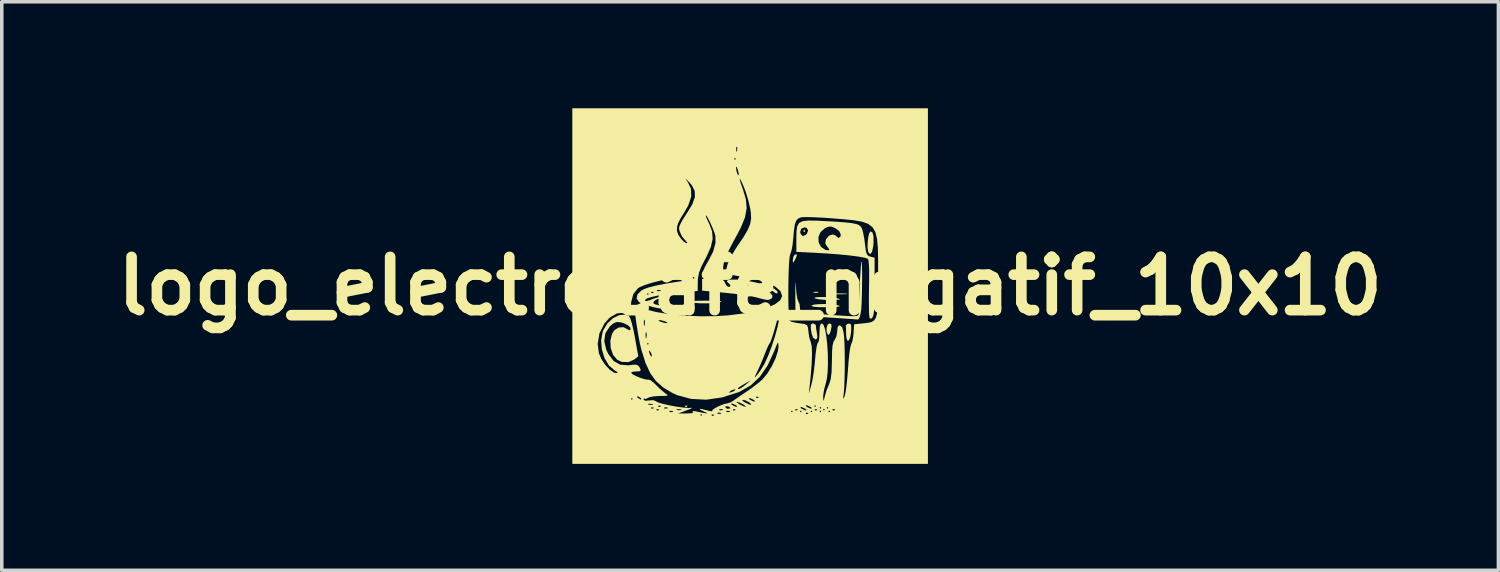
<source format=kicad_pcb>
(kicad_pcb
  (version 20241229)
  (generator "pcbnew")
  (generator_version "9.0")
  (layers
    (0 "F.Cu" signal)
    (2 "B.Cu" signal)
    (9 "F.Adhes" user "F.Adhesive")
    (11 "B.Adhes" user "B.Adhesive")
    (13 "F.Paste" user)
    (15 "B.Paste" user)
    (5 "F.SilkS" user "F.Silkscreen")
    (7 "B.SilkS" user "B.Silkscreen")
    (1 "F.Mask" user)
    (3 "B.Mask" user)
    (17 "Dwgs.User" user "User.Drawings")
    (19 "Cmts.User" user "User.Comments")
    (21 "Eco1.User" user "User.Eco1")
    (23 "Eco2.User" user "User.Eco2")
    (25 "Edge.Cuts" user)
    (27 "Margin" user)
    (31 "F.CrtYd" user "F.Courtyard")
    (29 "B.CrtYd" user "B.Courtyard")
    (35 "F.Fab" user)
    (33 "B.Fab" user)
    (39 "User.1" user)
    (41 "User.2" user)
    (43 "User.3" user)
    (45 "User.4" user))
  (footprint "logo_electrocafe_negatif_10x10"
    (layer "F.Cu")
    (at 18.086 5.01)
    (property "Reference" "logo_electrocafe_negatif_10x10" (at 0 0 0) (layer "F.SilkS") (effects (font (size 1.5 1.5) (thickness 0.3))))
    (attr board_only exclude_from_pos_files exclude_from_bom)
    (fp_poly (pts (xy -1.77 3.373) (xy -1.777 3.403) (xy -1.804 3.407) (xy -1.845 3.388) (xy -1.837 3.373) (xy -1.777 3.367)) (stroke (width 0) (type solid)) (fill yes) (layer "F.SilkS"))
    (fp_poly (pts (xy 1.536 -1.586) (xy 1.542 -1.527) (xy 1.536 -1.52) (xy 1.507 -1.527) (xy 1.503 -1.553) (xy 1.521 -1.594)) (stroke (width 0) (type solid)) (fill yes) (layer "F.SilkS"))
    (fp_poly (pts (xy 1.916 0.167) (xy 1.923 0.185) (xy 1.854 0.192) (xy 1.783 0.185) (xy 1.791 0.167) (xy 1.894 0.161)) (stroke (width 0) (type solid)) (fill yes) (layer "F.SilkS"))
    (fp_poly (pts (xy 1.311 -0.841) (xy 1.27 -0.751) (xy 1.223 -0.668) (xy 1.206 -0.671) (xy 1.203 -0.736) (xy 1.224 -0.838) (xy 1.256 -0.879) (xy 1.315 -0.897)) (stroke (width 0) (type solid)) (fill yes) (layer "F.SilkS"))
    (fp_poly (pts (xy 2.285 1.072) (xy 2.295 1.145) (xy 2.263 1.29) (xy 2.262 1.294) (xy 2.225 1.369) (xy 2.192 1.373) (xy 2.156 1.291) (xy 2.155 1.181) (xy 2.183 1.087) (xy 2.229 1.052)) (stroke (width 0) (type solid)) (fill yes) (layer "F.SilkS"))
    (fp_poly (pts (xy 2.648 0.211) (xy 2.693 0.214) (xy 2.748 0.221) (xy 2.713 0.228) (xy 2.596 0.231) (xy 2.455 0.232) (xy 2.281 0.231) (xy 2.181 0.226) (xy 2.166 0.22) (xy 2.217 0.214) (xy 2.427 0.206)) (stroke (width 0) (type solid)) (fill yes) (layer "F.SilkS"))
    (fp_poly (pts (xy -1.013 0.415) (xy -0.861 0.423) (xy -0.8 0.436) (xy -0.827 0.451) (xy -0.991 0.476) (xy -1.204 0.488) (xy -1.424 0.486) (xy -1.613 0.47) (xy -1.703 0.451) (xy -1.715 0.434) (xy -1.633 0.421) (xy -1.463 0.414) (xy -1.252 0.412)) (stroke (width 0) (type solid)) (fill yes) (layer "F.SilkS"))
    (fp_poly (pts (xy 1.845 1.089) (xy 1.854 1.121) (xy 1.863 1.217) (xy 1.885 1.346) (xy 1.896 1.459) (xy 1.862 1.501) (xy 1.841 1.503) (xy 1.777 1.458) (xy 1.735 1.346) (xy 1.708 1.179) (xy 1.714 1.088) (xy 1.755 1.054) (xy 1.778 1.052)) (stroke (width 0) (type solid)) (fill yes) (layer "F.SilkS"))
    (fp_poly (pts (xy 3.445 -1.515) (xy 3.476 -1.407) (xy 3.478 -1.227) (xy 3.47 -1.131) (xy 3.44 -0.979) (xy 3.398 -0.906) (xy 3.352 -0.922) (xy 3.327 -0.971) (xy 3.31 -1.074) (xy 3.312 -1.218) (xy 3.328 -1.367) (xy 3.355 -1.486) (xy 3.388 -1.539)) (stroke (width 0) (type solid)) (fill yes) (layer "F.SilkS"))
    (fp_poly (pts (xy 2.141 0.312) (xy 2.294 0.322) (xy 2.431 0.34) (xy 2.48 0.351) (xy 2.535 0.371) (xy 2.507 0.383) (xy 2.389 0.39) (xy 2.279 0.391) (xy 2.088 0.387) (xy 1.925 0.372) (xy 1.829 0.351) (xy 1.815 0.329) (xy 1.878 0.315) (xy 1.994 0.31)) (stroke (width 0) (type solid)) (fill yes) (layer "F.SilkS"))
    (fp_poly (pts (xy 2.277 0.515) (xy 2.434 0.534) (xy 2.505 0.551) (xy 2.528 0.571) (xy 2.45 0.586) (xy 2.273 0.594) (xy 2.164 0.596) (xy 1.929 0.594) (xy 1.782 0.581) (xy 1.727 0.558) (xy 1.728 0.551) (xy 1.792 0.525) (xy 1.926 0.511) (xy 2.097 0.507)) (stroke (width 0) (type solid)) (fill yes) (layer "F.SilkS"))
    (fp_poly (pts (xy 2.826 1.064) (xy 2.849 1.117) (xy 2.848 1.242) (xy 2.846 1.282) (xy 2.822 1.441) (xy 2.784 1.53) (xy 2.744 1.542) (xy 2.714 1.47) (xy 2.705 1.357) (xy 2.703 1.219) (xy 2.698 1.127) (xy 2.696 1.115) (xy 2.729 1.075) (xy 2.774 1.06)) (stroke (width 0) (type solid)) (fill yes) (layer "F.SilkS"))
    (fp_poly (pts (xy 3.146 -0.663) (xy 3.152 -0.548) (xy 3.156 -0.375) (xy 3.156 -0.164) (xy 3.153 0.066) (xy 3.148 0.292) (xy 3.141 0.495) (xy 3.131 0.654) (xy 3.124 0.719) (xy 3.095 0.854) (xy 3.056 0.934) (xy 3.037 0.944) (xy 2.97 0.938) (xy 2.822 0.927) (xy 2.608 0.913) (xy 2.348 0.895) (xy 2.129 0.881) (xy 1.278 0.827) (xy 1.274 0.225) (xy 1.274 0.033) (xy 1.277 -0.079) (xy 1.281 -0.105) (xy 1.287 -0.038) (xy 1.289 -0.000059) (xy 1.304 0.188) (xy 1.326 0.337) (xy 1.352 0.419) (xy 1.355 0.423) (xy 1.391 0.506) (xy 1.403 0.604) (xy 1.406 0.654) (xy 1.424 0.692) (xy 1.468 0.722) (xy 1.551 0.746) (xy 1.685 0.767) (xy 1.882 0.786) (xy 2.154 0.806) (xy 2.513 0.83) (xy 2.543 0.832) (xy 2.774 0.846) (xy 2.923 0.85) (xy 3.008 0.842) (xy 3.046 0.82) (xy 3.057 0.781) (xy 3.057 0.771) (xy 3.062 0.598) (xy 3.07 0.38) (xy 3.081 0.139) (xy 3.093 -0.106) (xy 3.106 -0.333) (xy 3.119 -0.521) (xy 3.129 -0.649) (xy 3.136 -0.697)) (stroke (width 0) (type solid)) (fill yes) (layer "F.SilkS"))
    (fp_poly (pts (xy -0.874 -0.196) (xy -0.776 -0.177) (xy -0.729 -0.137) (xy -0.717 -0.104) (xy -0.663 -0.01) (xy -0.621 0.02) (xy -0.561 0.017) (xy -0.559 -0.025) (xy -0.1 -0.025) (xy -0.075 -0.000001) (xy -0.05 -0.025) (xy -0.075 -0.05) (xy -0.1 -0.025) (xy -0.559 -0.025) (xy -0.559 -0.032) (xy -0.601 -0.075) (xy -0.658 -0.13) (xy -0.63 -0.166) (xy -0.531 -0.183) (xy -0.375 -0.181) (xy -0.174 -0.161) (xy 0.057 -0.122) (xy 0.296 -0.068) (xy 0.513 0.000125) (xy 0.675 0.074) (xy 0.766 0.145) (xy 0.776 0.201) (xy 0.725 0.205) (xy 0.657 0.156) (xy 0.569 0.103) (xy 0.435 0.054) (xy 0.289 0.019) (xy 0.169 0.005) (xy 0.115 0.018) (xy 0.145 0.039) (xy 0.245 0.065) (xy 0.293 0.074) (xy 0.447 0.119) (xy 0.565 0.189) (xy 0.629 0.266) (xy 0.62 0.335) (xy 0.599 0.353) (xy 0.545 0.382) (xy 0.486 0.391) (xy 0.395 0.377) (xy 0.244 0.338) (xy 0.175 0.319) (xy 0.026 0.287) (xy -0.193 0.251) (xy -0.452 0.217) (xy -0.714 0.189) (xy -1.353 0.13) (xy -1.353 -0.035) (xy -1.353 -0.2) (xy -1.047 -0.2)) (stroke (width 0) (type solid)) (fill yes) (layer "F.SilkS"))
    (fp_poly (pts (xy 1.874 -1.843) (xy 2.076 -1.832) (xy 2.42 -1.813) (xy 2.678 -1.794) (xy 2.863 -1.773) (xy 2.989 -1.748) (xy 3.069 -1.717) (xy 3.118 -1.675) (xy 3.149 -1.624) (xy 3.183 -1.511) (xy 3.216 -1.34) (xy 3.236 -1.182) (xy 3.259 -1.004) (xy 3.287 -0.902) (xy 3.332 -0.851) (xy 3.388 -0.829) (xy 3.507 -0.8) (xy 3.507 0.02) (xy 3.505 0.337) (xy 3.5 0.567) (xy 3.489 0.726) (xy 3.472 0.828) (xy 3.447 0.885) (xy 3.432 0.902) (xy 3.39 0.924) (xy 3.365 0.892) (xy 3.353 0.788) (xy 3.349 0.67) (xy 3.347 0.493) (xy 3.347 0.252) (xy 3.351 -0.014) (xy 3.354 -0.182) (xy 3.355 -0.408) (xy 3.348 -0.596) (xy 3.335 -0.723) (xy 3.32 -0.768) (xy 3.225 -0.799) (xy 3.046 -0.831) (xy 2.798 -0.863) (xy 2.499 -0.892) (xy 2.164 -0.917) (xy 1.966 -0.929) (xy 1.303 -0.963) (xy 1.303 -1.33) (xy 1.303 -1.38) (xy 1.925 -1.38) (xy 1.931 -1.232) (xy 1.996 -1.103) (xy 2.118 -1.021) (xy 2.2 -1.006) (xy 2.235 -1.021) (xy 2.197 -1.082) (xy 2.179 -1.102) (xy 2.118 -1.197) (xy 2.132 -1.298) (xy 2.145 -1.328) (xy 2.223 -1.419) (xy 2.325 -1.454) (xy 2.414 -1.423) (xy 2.43 -1.403) (xy 2.493 -1.354) (xy 2.544 -1.391) (xy 2.555 -1.452) (xy 2.51 -1.549) (xy 2.405 -1.628) (xy 2.288 -1.677) (xy 2.195 -1.67) (xy 2.11 -1.631) (xy 1.984 -1.522) (xy 1.925 -1.38) (xy 1.303 -1.38) (xy 1.306 -1.518) (xy 1.411 -1.518) (xy 1.422 -1.476) (xy 1.48 -1.408) (xy 1.562 -1.436) (xy 1.601 -1.476) (xy 1.635 -1.57) (xy 1.59 -1.639) (xy 1.528 -1.653) (xy 1.438 -1.614) (xy 1.411 -1.518) (xy 1.306 -1.518) (xy 1.306 -1.536) (xy 1.327 -1.681) (xy 1.379 -1.775) (xy 1.478 -1.827) (xy 1.638 -1.846)) (stroke (width 0) (type solid)) (fill yes) (layer "F.SilkS"))
    (fp_poly (pts (xy 5.01 -0.000001) (xy 5.01 5.01) (xy -0.000001 5.01) (xy -5.01 5.01) (xy -5.01 3.632) (xy -1.403 3.632) (xy -1.378 3.657) (xy -1.353 3.632) (xy -1.361 3.624) (xy -1.085 3.624) (xy -1.079 3.654) (xy -1.052 3.657) (xy -1.011 3.639) (xy -1.019 3.624) (xy -1.078 3.618) (xy -1.085 3.624) (xy -1.361 3.624) (xy -1.378 3.607) (xy -1.403 3.632) (xy -5.01 3.632) (xy -5.01 3.595) (xy -0.93 3.595) (xy -0.881 3.603) (xy -0.816 3.594) (xy -0.815 3.577) (xy -0.833 3.574) (xy 1.57 3.574) (xy 1.577 3.603) (xy 1.603 3.607) (xy 1.644 3.589) (xy 1.637 3.574) (xy 1.577 3.568) (xy 1.57 3.574) (xy -0.833 3.574) (xy -0.882 3.565) (xy -0.911 3.573) (xy -0.93 3.595) (xy -5.01 3.595) (xy -5.01 3.545) (xy -2.283 3.545) (xy -2.234 3.553) (xy -2.169 3.544) (xy -2.168 3.527) (xy -2.235 3.515) (xy -2.264 3.523) (xy -2.283 3.545) (xy -5.01 3.545) (xy -5.01 3.474) (xy -2.639 3.474) (xy -2.632 3.503) (xy -2.605 3.507) (xy -2.572 3.492) (xy -2.073 3.492) (xy -2.004 3.499) (xy -1.933 3.491) (xy -1.941 3.474) (xy -2.044 3.467) (xy -2.067 3.474) (xy -2.073 3.492) (xy -2.572 3.492) (xy -2.564 3.489) (xy -2.572 3.474) (xy -2.631 3.468) (xy -2.639 3.474) (xy -5.01 3.474) (xy -5.01 3.423) (xy -2.789 3.423) (xy -2.782 3.453) (xy -2.755 3.457) (xy -2.728 3.445) (xy -2.433 3.445) (xy -2.384 3.453) (xy -2.319 3.444) (xy -2.318 3.427) (xy -2.385 3.415) (xy -2.414 3.423) (xy -2.433 3.445) (xy -2.728 3.445) (xy -2.714 3.438) (xy -2.722 3.423) (xy -2.781 3.417) (xy -2.789 3.423) (xy -5.01 3.423) (xy -5.01 3.373) (xy -2.588 3.373) (xy -2.582 3.403) (xy -2.555 3.407) (xy -2.514 3.388) (xy -2.522 3.373) (xy -2.581 3.367) (xy -2.588 3.373) (xy -5.01 3.373) (xy -5.01 3.342) (xy -2.874 3.342) (xy -2.806 3.349) (xy -2.734 3.341) (xy -2.743 3.323) (xy -2.845 3.317) (xy -2.868 3.323) (xy -2.874 3.342) (xy -5.01 3.342) (xy -5.01 3.181) (xy -3.357 3.181) (xy -3.332 3.206) (xy -3.307 3.181) (xy -3.332 3.156) (xy -3.357 3.181) (xy -5.01 3.181) (xy -5.01 3.126) (xy -3.191 3.126) (xy -3.156 3.156) (xy -3.076 3.201) (xy -3.066 3.184) (xy -3.081 3.156) (xy -3.154 3.109) (xy -3.172 3.107) (xy -3.191 3.126) (xy -5.01 3.126) (xy -5.01 1.631) (xy -4.295 1.631) (xy -4.261 1.893) (xy -4.193 2.055) (xy -4.086 2.216) (xy -3.961 2.352) (xy -3.84 2.437) (xy -3.777 2.453) (xy -3.727 2.443) (xy -3.761 2.41) (xy -3.815 2.378) (xy -3.979 2.238) (xy -4.102 2.03) (xy -4.178 1.783) (xy -4.198 1.525) (xy -4.154 1.285) (xy -4.139 1.246) (xy -4.021 1.051) (xy -3.864 0.905) (xy -3.69 0.82) (xy -3.52 0.806) (xy -3.414 0.846) (xy -3.377 0.912) (xy -3.331 1.056) (xy -3.283 1.258) (xy -3.249 1.434) (xy -3.151 1.979) (xy -3.259 2.066) (xy -3.427 2.143) (xy -3.614 2.138) (xy -3.742 2.079) (xy -3.861 1.94) (xy -3.928 1.749) (xy -3.938 1.539) (xy -3.89 1.345) (xy -3.824 1.243) (xy -3.702 1.167) (xy -3.565 1.16) (xy -3.468 1.212) (xy -3.399 1.245) (xy -3.373 1.235) (xy -3.37 1.177) (xy -3.439 1.108) (xy -3.555 1.048) (xy -3.643 1.022) (xy -3.762 1.014) (xy -3.859 1.057) (xy -3.956 1.143) (xy -4.078 1.33) (xy -4.11 1.552) (xy -4.052 1.798) (xy -3.996 1.914) (xy -3.846 2.111) (xy -3.664 2.215) (xy -3.437 2.234) (xy -3.383 2.227) (xy -3.241 2.213) (xy -3.162 2.232) (xy -3.112 2.294) (xy -3.109 2.3) (xy -3.08 2.373) (xy -3.116 2.401) (xy -3.205 2.405) (xy -3.311 2.416) (xy -3.356 2.442) (xy -3.356 2.442) (xy -3.314 2.484) (xy -3.209 2.539) (xy -3.078 2.592) (xy -2.954 2.63) (xy -2.873 2.639) (xy -2.865 2.636) (xy -2.807 2.652) (xy -2.714 2.726) (xy -2.669 2.77) (xy -2.544 2.893) (xy -2.423 2.996) (xy -2.399 3.015) (xy -2.334 3.063) (xy -2.33 3.088) (xy -2.399 3.097) (xy -2.544 3.097) (xy -2.707 3.107) (xy -2.833 3.131) (xy -2.874 3.151) (xy -2.947 3.182) (xy -2.973 3.172) (xy -3.003 3.177) (xy -3.006 3.197) (xy -2.962 3.232) (xy -2.851 3.223) (xy -2.733 3.215) (xy -2.664 3.24) (xy -2.663 3.242) (xy -2.597 3.278) (xy -2.459 3.319) (xy -2.276 3.361) (xy -2.076 3.398) (xy -1.886 3.424) (xy -1.733 3.436) (xy -1.663 3.432) (xy -1.63 3.432) (xy -1.68 3.46) (xy -1.778 3.498) (xy -2.028 3.59) (xy -1.789 3.59) (xy -1.646 3.583) (xy -1.6 3.561) (xy -1.614 3.545) (xy -1.625 3.52) (xy -1.546 3.527) (xy -1.528 3.531) (xy -1.332 3.572) (xy -1.226 3.588) (xy -1.206 3.582) (xy -1.265 3.552) (xy -1.282 3.545) (xy -0.68 3.545) (xy -0.63 3.553) (xy -0.565 3.544) (xy -0.565 3.532) (xy 1.152 3.532) (xy 1.177 3.557) (xy 1.202 3.532) (xy 1.403 3.532) (xy 1.428 3.557) (xy 1.453 3.532) (xy 1.703 3.532) (xy 1.728 3.557) (xy 1.753 3.532) (xy 1.954 3.532) (xy 1.979 3.557) (xy 2.004 3.532) (xy 2.204 3.532) (xy 2.229 3.557) (xy 2.254 3.532) (xy 2.229 3.507) (xy 2.204 3.532) (xy 2.004 3.532) (xy 1.979 3.507) (xy 1.954 3.532) (xy 1.753 3.532) (xy 1.728 3.507) (xy 1.703 3.532) (xy 1.453 3.532) (xy 1.428 3.507) (xy 1.403 3.532) (xy 1.202 3.532) (xy 1.177 3.507) (xy 1.152 3.532) (xy -0.565 3.532) (xy -0.565 3.527) (xy -0.632 3.515) (xy -0.661 3.523) (xy -0.68 3.545) (xy -1.282 3.545) (xy -1.303 3.536) (xy -1.408 3.486) (xy -1.423 3.463) (xy -1.354 3.469) (xy -1.208 3.505) (xy -1.106 3.529) (xy -1.068 3.526) (xy -1.071 3.521) (xy -1.057 3.495) (xy -0.88 3.495) (xy -0.831 3.503) (xy -0.766 3.494) (xy -0.765 3.477) (xy -0.783 3.474) (xy -0.484 3.474) (xy -0.477 3.503) (xy -0.451 3.507) (xy -0.41 3.489) (xy -0.417 3.474) (xy 1.269 3.474) (xy 1.276 3.503) (xy 1.303 3.507) (xy 1.344 3.489) (xy 1.336 3.474) (xy 1.277 3.468) (xy 1.269 3.474) (xy -0.417 3.474) (xy -0.477 3.468) (xy -0.484 3.474) (xy -0.783 3.474) (xy -0.832 3.465) (xy -0.861 3.473) (xy -0.88 3.495) (xy -1.057 3.495) (xy -1.052 3.484) (xy -0.969 3.429) (xy -0.928 3.408) (xy -0.701 3.408) (xy -0.661 3.451) (xy -0.626 3.457) (xy -0.559 3.446) (xy -0.551 3.437) (xy -0.561 3.429) (xy 1.419 3.429) (xy 1.453 3.457) (xy 1.544 3.499) (xy 1.578 3.505) (xy 1.587 3.485) (xy 1.573 3.474) (xy 1.82 3.474) (xy 1.827 3.503) (xy 1.854 3.507) (xy 1.895 3.489) (xy 1.891 3.482) (xy 2.054 3.482) (xy 2.079 3.507) (xy 2.104 3.482) (xy 2.096 3.474) (xy 2.321 3.474) (xy 2.328 3.503) (xy 2.355 3.507) (xy 2.396 3.489) (xy 2.388 3.474) (xy 2.329 3.468) (xy 2.321 3.474) (xy 2.096 3.474) (xy 2.079 3.457) (xy 2.054 3.482) (xy 1.891 3.482) (xy 1.887 3.474) (xy 1.828 3.468) (xy 1.82 3.474) (xy 1.573 3.474) (xy 1.553 3.457) (xy 1.462 3.414) (xy 1.428 3.408) (xy 1.419 3.429) (xy -0.561 3.429) (xy -0.59 3.405) (xy -0.626 3.389) (xy -0.691 3.388) (xy -0.701 3.408) (xy -0.928 3.408) (xy -0.853 3.371) (xy -0.742 3.329) (xy -0.535 3.329) (xy -0.501 3.357) (xy -0.41 3.399) (xy -0.376 3.405) (xy -0.367 3.384) (xy -0.401 3.357) (xy -0.492 3.314) (xy -0.526 3.308) (xy -0.535 3.329) (xy -0.742 3.329) (xy -0.734 3.325) (xy -0.649 3.308) (xy -0.55 3.278) (xy -0.52 3.26) (xy -0.376 3.26) (xy -0.375 3.28) (xy -0.304 3.329) (xy -0.301 3.332) (xy -0.193 3.384) (xy -0.125 3.403) (xy -0.126 3.383) (xy -0.132 3.379) (xy 1.569 3.379) (xy 1.603 3.407) (xy 1.694 3.449) (xy 1.728 3.455) (xy 1.737 3.435) (xy 1.734 3.432) (xy 1.954 3.432) (xy 1.979 3.457) (xy 2.004 3.432) (xy 2.154 3.432) (xy 2.179 3.457) (xy 2.204 3.432) (xy 2.179 3.407) (xy 2.154 3.432) (xy 2.004 3.432) (xy 1.979 3.407) (xy 1.954 3.432) (xy 1.734 3.432) (xy 1.703 3.407) (xy 1.649 3.382) (xy 1.804 3.382) (xy 1.829 3.407) (xy 1.854 3.382) (xy 1.829 3.357) (xy 1.804 3.382) (xy 1.649 3.382) (xy 1.612 3.364) (xy 1.578 3.358) (xy 1.569 3.379) (xy -0.132 3.379) (xy -0.197 3.334) (xy -0.2 3.332) (xy -0.308 3.279) (xy -0.376 3.26) (xy -0.52 3.26) (xy -0.474 3.232) (xy -0.464 3.225) (xy -0.222 3.225) (xy -0.158 3.273) (xy -0.15 3.277) (xy -0.035 3.333) (xy 0.028 3.347) (xy 0.025 3.321) (xy -0.022 3.28) (xy -0.13 3.222) (xy -0.197 3.207) (xy -0.222 3.225) (xy -0.464 3.225) (xy -0.399 3.178) (xy -0.034 3.178) (xy -0.000001 3.206) (xy 0.091 3.249) (xy 0.125 3.255) (xy 0.134 3.234) (xy 0.1 3.206) (xy 0.009 3.164) (xy -0.025 3.158) (xy -0.034 3.178) (xy -0.399 3.178) (xy -0.381 3.165) (xy -0.319 3.123) (xy 0.167 3.123) (xy 0.174 3.153) (xy 0.2 3.156) (xy 0.242 3.138) (xy 0.234 3.123) (xy 0.174 3.117) (xy 0.167 3.123) (xy -0.319 3.123) (xy -0.238 3.067) (xy -0.1 2.975) (xy 0.076 2.851) (xy 0.245 2.72) (xy 0.34 2.637) (xy 0.481 2.471) (xy 0.613 2.258) (xy 0.72 2.03) (xy 0.786 1.822) (xy 0.799 1.708) (xy 0.796 1.617) (xy 0.784 1.593) (xy 0.754 1.644) (xy 0.701 1.778) (xy 0.68 1.832) (xy 0.492 2.24) (xy 0.272 2.56) (xy 0.012 2.803) (xy -0.298 2.979) (xy -0.326 2.991) (xy -0.786 3.138) (xy -1.236 3.202) (xy -1.663 3.18) (xy -2.055 3.074) (xy -2.183 3.016) (xy -2.217 2.996) (xy -0.591 2.996) (xy -0.576 3.004) (xy -0.494 2.979) (xy -0.451 2.956) (xy -0.411 2.916) (xy -0.426 2.907) (xy -0.508 2.932) (xy -0.551 2.956) (xy -0.591 2.996) (xy -2.217 2.996) (xy -2.402 2.886) (xy -0.351 2.886) (xy -0.318 2.905) (xy -0.227 2.857) (xy -0.125 2.779) (xy 0.025 2.653) (xy -0.163 2.759) (xy -0.277 2.828) (xy -0.344 2.877) (xy -0.351 2.886) (xy -2.402 2.886) (xy -2.445 2.86) (xy -2.651 2.68) (xy -2.729 2.573) (xy 0.131 2.573) (xy 0.152 2.559) (xy 0.199 2.505) (xy 0.291 2.378) (xy 0.388 2.22) (xy 0.41 2.179) (xy 0.507 1.968) (xy 0.607 1.703) (xy 0.7 1.419) (xy 0.774 1.15) (xy 0.82 0.928) (xy 0.825 0.882) (xy 0.833 0.783) (xy 0.826 0.759) (xy 0.803 0.817) (xy 0.76 0.963) (xy 0.723 1.101) (xy 0.664 1.306) (xy 0.612 1.473) (xy 0.572 1.578) (xy 0.558 1.602) (xy 0.521 1.661) (xy 0.466 1.782) (xy 0.428 1.879) (xy 0.348 2.081) (xy 0.253 2.299) (xy 0.215 2.38) (xy 0.151 2.516) (xy 0.131 2.573) (xy -2.729 2.573) (xy -2.813 2.457) (xy -2.945 2.173) (xy -3.051 1.837) (xy -2.852 1.837) (xy -2.824 1.927) (xy -2.787 1.985) (xy -2.77 1.985) (xy -2.772 1.929) (xy -2.799 1.87) (xy -2.844 1.811) (xy -2.852 1.837) (xy -3.051 1.837) (xy -3.06 1.809) (xy -3.068 1.778) (xy -3.103 1.628) (xy -2.906 1.628) (xy -2.881 1.653) (xy -2.856 1.628) (xy -2.881 1.603) (xy -2.906 1.628) (xy -3.103 1.628) (xy -3.106 1.616) (xy -3.146 1.412) (xy -3.151 1.378) (xy -2.946 1.378) (xy -2.941 1.463) (xy -2.925 1.471) (xy -2.923 1.466) (xy -2.913 1.367) (xy -2.921 1.316) (xy -2.937 1.296) (xy -2.946 1.362) (xy -2.946 1.378) (xy -3.151 1.378) (xy -3.183 1.19) (xy -3.208 1.027) (xy -2.996 1.027) (xy -2.991 1.113) (xy -2.975 1.12) (xy -2.973 1.116) (xy -2.963 1.016) (xy -2.97 0.972) (xy -2.583 0.972) (xy -2.53 1.002) (xy -2.413 1.038) (xy -2.355 1.045) (xy -2.327 1.032) (xy -2.38 1.002) (xy -2.497 0.966) (xy -2.555 0.959) (xy -2.583 0.972) (xy -2.97 0.972) (xy -2.971 0.965) (xy -2.987 0.945) (xy -2.996 1.011) (xy -2.996 1.027) (xy -3.208 1.027) (xy -3.216 0.973) (xy -3.241 0.783) (xy -3.253 0.644) (xy -3.25 0.578) (xy -3.249 0.577) (xy -3.196 0.582) (xy -3.076 0.613) (xy -2.942 0.656) (xy -2.648 0.732) (xy -2.28 0.791) (xy -1.864 0.832) (xy -1.425 0.852) (xy -0.989 0.849) (xy -0.621 0.826) (xy -0.195 0.773) (xy 0.173 0.701) (xy 0.475 0.613) (xy 0.703 0.512) (xy 0.848 0.401) (xy 0.89 0.308) (xy 1.076 0.308) (xy 1.08 0.556) (xy 1.088 0.765) (xy 1.1 0.913) (xy 1.116 0.982) (xy 1.117 0.983) (xy 1.187 1.012) (xy 1.319 1.04) (xy 1.392 1.05) (xy 1.535 1.07) (xy 1.606 1.105) (xy 1.633 1.181) (xy 1.642 1.278) (xy 1.665 1.438) (xy 1.705 1.573) (xy 1.712 1.589) (xy 1.737 1.704) (xy 1.744 1.908) (xy 1.734 2.193) (xy 1.706 2.547) (xy 1.679 2.806) (xy 1.654 3.031) (xy 1.724 2.79) (xy 1.76 2.629) (xy 1.795 2.406) (xy 1.823 2.163) (xy 1.83 2.076) (xy 1.85 1.873) (xy 1.873 1.713) (xy 1.897 1.619) (xy 1.91 1.603) (xy 1.934 1.558) (xy 1.95 1.441) (xy 1.954 1.328) (xy 1.962 1.157) (xy 1.988 1.071) (xy 2.024 1.052) (xy 2.072 1.099) (xy 2.113 1.226) (xy 2.147 1.415) (xy 2.173 1.646) (xy 2.189 1.9) (xy 2.193 2.157) (xy 2.186 2.398) (xy 2.164 2.604) (xy 2.132 2.743) (xy 2.085 2.917) (xy 2.06 3.08) (xy 2.059 3.128) (xy 2.064 3.22) (xy 2.074 3.227) (xy 2.097 3.143) (xy 2.109 3.092) (xy 2.16 2.922) (xy 2.225 2.765) (xy 2.229 2.756) (xy 2.271 2.625) (xy 2.296 2.421) (xy 2.304 2.131) (xy 2.305 2.103) (xy 2.309 1.848) (xy 2.323 1.677) (xy 2.348 1.571) (xy 2.38 1.521) (xy 2.431 1.421) (xy 2.455 1.281) (xy 2.455 1.27) (xy 2.466 1.151) (xy 2.506 1.109) (xy 2.535 1.111) (xy 2.594 1.163) (xy 2.632 1.3) (xy 2.643 1.378) (xy 2.656 1.561) (xy 2.664 1.809) (xy 2.667 2.094) (xy 2.666 2.388) (xy 2.66 2.662) (xy 2.65 2.888) (xy 2.638 3.024) (xy 2.623 3.144) (xy 2.628 3.174) (xy 2.655 3.124) (xy 2.663 3.106) (xy 2.686 3.009) (xy 2.712 2.836) (xy 2.736 2.611) (xy 2.757 2.357) (xy 2.758 2.339) (xy 2.777 2.091) (xy 2.8 1.878) (xy 2.824 1.721) (xy 2.847 1.64) (xy 2.849 1.636) (xy 2.882 1.553) (xy 2.907 1.411) (xy 2.915 1.326) (xy 2.931 1.077) (xy 3.199 1.05) (xy 3.323 1.036) (xy 3.418 1.014) (xy 3.49 0.973) (xy 3.54 0.9) (xy 3.574 0.784) (xy 3.594 0.613) (xy 3.603 0.376) (xy 3.607 0.06) (xy 3.607 -0.295) (xy 3.607 -0.723) (xy 3.6 -1.062) (xy 3.578 -1.323) (xy 3.531 -1.518) (xy 3.45 -1.657) (xy 3.326 -1.752) (xy 3.15 -1.815) (xy 2.914 -1.855) (xy 2.607 -1.885) (xy 2.3 -1.909) (xy 2.028 -1.928) (xy 1.784 -1.939) (xy 1.589 -1.944) (xy 1.463 -1.94) (xy 1.438 -1.936) (xy 1.355 -1.903) (xy 1.298 -1.841) (xy 1.26 -1.732) (xy 1.234 -1.556) (xy 1.217 -1.353) (xy 1.196 -1.161) (xy 1.167 -1.003) (xy 1.137 -0.912) (xy 1.133 -0.907) (xy 1.115 -0.836) (xy 1.1 -0.686) (xy 1.089 -0.477) (xy 1.081 -0.228) (xy 1.077 0.04) (xy 1.076 0.308) (xy 0.89 0.308) (xy 0.902 0.283) (xy 0.902 0.277) (xy 0.853 0.143) (xy 0.714 0.019) (xy 0.494 -0.092) (xy 0.203 -0.183) (xy -0.15 -0.252) (xy -0.177 -0.255) (xy -0.379 -0.288) (xy -0.541 -0.322) (xy -0.64 -0.353) (xy -0.657 -0.364) (xy -0.673 -0.471) (xy -0.628 -0.637) (xy -0.53 -0.848) (xy -0.384 -1.088) (xy -0.352 -1.135) (xy -0.181 -1.388) (xy -0.066 -1.584) (xy 0.001 -1.747) (xy 0.028 -1.899) (xy 0.021 -2.061) (xy 0.004 -2.178) (xy -0.049 -2.407) (xy -0.124 -2.654) (xy -0.173 -2.784) (xy -0.246 -2.949) (xy -0.287 -3.021) (xy -0.295 -3.006) (xy -0.268 -2.908) (xy -0.205 -2.73) (xy -0.2 -2.717) (xy -0.118 -2.442) (xy -0.098 -2.192) (xy -0.143 -1.939) (xy -0.257 -1.657) (xy -0.334 -1.507) (xy -0.487 -1.225) (xy -0.597 -1.014) (xy -0.672 -0.857) (xy -0.718 -0.736) (xy -0.745 -0.635) (xy -0.757 -0.538) (xy -0.759 -0.509) (xy -0.771 -0.301) (xy -1.065 -0.301) (xy -1.229 -0.303) (xy -1.313 -0.316) (xy -1.338 -0.349) (xy -1.327 -0.411) (xy -1.326 -0.413) (xy -1.277 -0.529) (xy -1.199 -0.671) (xy -1.18 -0.701) (xy -1.043 -0.966) (xy -0.975 -1.217) (xy -0.979 -1.415) (xy -1.01 -1.518) (xy -1.063 -1.65) (xy -1.124 -1.788) (xy -1.184 -1.907) (xy -1.229 -1.983) (xy -1.25 -1.991) (xy -1.25 -1.989) (xy -1.231 -1.924) (xy -1.178 -1.806) (xy -1.152 -1.753) (xy -1.071 -1.54) (xy -1.055 -1.328) (xy -1.108 -1.096) (xy -1.231 -0.822) (xy -1.261 -0.766) (xy -1.374 -0.547) (xy -1.44 -0.375) (xy -1.469 -0.219) (xy -1.474 -0.123) (xy -1.478 0.139) (xy -1.911 0.173) (xy -2.159 0.198) (xy -2.407 0.234) (xy -2.632 0.275) (xy -2.811 0.317) (xy -2.922 0.357) (xy -2.941 0.37) (xy -2.963 0.416) (xy -2.914 0.424) (xy -2.814 0.395) (xy -2.764 0.372) (xy -2.623 0.324) (xy -2.498 0.314) (xy -2.493 0.315) (xy -2.422 0.331) (xy -2.445 0.34) (xy -2.511 0.344) (xy -2.634 0.376) (xy -2.704 0.424) (xy -2.731 0.479) (xy -2.68 0.513) (xy -2.622 0.528) (xy -2.466 0.568) (xy -2.355 0.602) (xy -2.273 0.631) (xy -2.281 0.643) (xy -2.38 0.647) (xy -2.533 0.634) (xy -2.723 0.596) (xy -2.914 0.544) (xy -3.068 0.486) (xy -3.136 0.447) (xy -3.199 0.345) (xy -3.172 0.232) (xy -3.165 0.225) (xy -2.906 0.225) (xy -2.881 0.25) (xy -2.856 0.225) (xy -2.881 0.2) (xy -2.906 0.225) (xy -3.165 0.225) (xy -3.105 0.167) (xy -2.789 0.167) (xy -2.782 0.197) (xy -2.755 0.2) (xy -2.714 0.182) (xy -2.722 0.167) (xy -2.781 0.161) (xy -2.789 0.167) (xy -3.105 0.167) (xy -3.076 0.138) (xy -2.633 0.138) (xy -2.584 0.146) (xy -2.519 0.137) (xy -2.518 0.12) (xy -2.586 0.108) (xy -2.615 0.116) (xy -2.633 0.138) (xy -3.076 0.138) (xy -3.063 0.126) (xy -2.992 0.087) (xy -2.935 0.067) (xy -2.388 0.067) (xy -2.381 0.097) (xy -2.355 0.1) (xy -2.313 0.082) (xy -2.321 0.067) (xy -2.381 0.061) (xy -2.388 0.067) (xy -2.935 0.067) (xy -2.86 0.04) (xy -2.661 -0.011) (xy -2.427 -0.059) (xy -2.29 -0.082) (xy -2.002 -0.127) (xy -1.799 -0.16) (xy -1.669 -0.185) (xy -1.596 -0.203) (xy -1.569 -0.219) (xy -1.573 -0.236) (xy -1.583 -0.247) (xy -1.668 -0.27) (xy -1.826 -0.267) (xy -2.037 -0.244) (xy -2.279 -0.204) (xy -2.53 -0.152) (xy -2.768 -0.092) (xy -2.971 -0.028) (xy -3.119 0.036) (xy -3.161 0.063) (xy -3.292 0.229) (xy -3.353 0.459) (xy -3.357 0.543) (xy -3.362 0.67) (xy -3.395 0.727) (xy -3.478 0.74) (xy -3.519 0.74) (xy -3.758 0.774) (xy -3.956 0.889) (xy -4.104 1.054) (xy -4.245 1.33) (xy -4.295 1.631) (xy -5.01 1.631) (xy -5.01 -0.000001) (xy -5.01 -1.556) (xy -2.061 -1.556) (xy -2.06 -1.547) (xy -2.025 -1.448) (xy -1.949 -1.335) (xy -1.86 -1.242) (xy -1.787 -1.204) (xy -1.77 -1.228) (xy -1.808 -1.267) (xy -1.92 -1.396) (xy -1.992 -1.558) (xy -2.004 -1.641) (xy -1.976 -1.726) (xy -1.904 -1.863) (xy -1.8 -2.027) (xy -1.779 -2.058) (xy -1.628 -2.304) (xy -1.556 -2.507) (xy -1.562 -2.681) (xy -1.645 -2.843) (xy -1.709 -2.917) (xy -1.797 -3.009) (xy -1.822 -3.028) (xy -1.789 -2.978) (xy -1.759 -2.937) (xy -1.665 -2.739) (xy -1.659 -2.519) (xy -1.743 -2.27) (xy -1.85 -2.083) (xy -1.964 -1.899) (xy -2.03 -1.768) (xy -2.059 -1.663) (xy -2.061 -1.556) (xy -5.01 -1.556) (xy -5.01 -3.348) (xy -0.396 -3.348) (xy -0.388 -3.254) (xy -0.361 -3.164) (xy -0.331 -3.117) (xy -0.321 -3.119) (xy -0.322 -3.174) (xy -0.347 -3.281) (xy -0.348 -3.284) (xy -0.379 -3.361) (xy -0.396 -3.357) (xy -0.396 -3.348) (xy -5.01 -3.348) (xy -5.01 -3.582) (xy -0.451 -3.582) (xy -0.426 -3.557) (xy -0.401 -3.582) (xy -0.426 -3.607) (xy -0.451 -3.582) (xy -5.01 -3.582) (xy -5.01 -3.858) (xy -0.393 -3.858) (xy -0.385 -3.786) (xy -0.368 -3.795) (xy -0.361 -3.898) (xy -0.368 -3.92) (xy -0.386 -3.927) (xy -0.393 -3.858) (xy -5.01 -3.858) (xy -5.01 -5.01) (xy -0.000001 -5.01) (xy 5.01 -5.01)) (stroke (width 0) (type solid)) (fill yes) (layer "F.SilkS")))
  (gr_rect
    (start -3 -3)
    (end 39.171 13.02)
    (stroke (width 0.1) (type default))
    (fill no)
    (layer "Edge.Cuts")))
</source>
